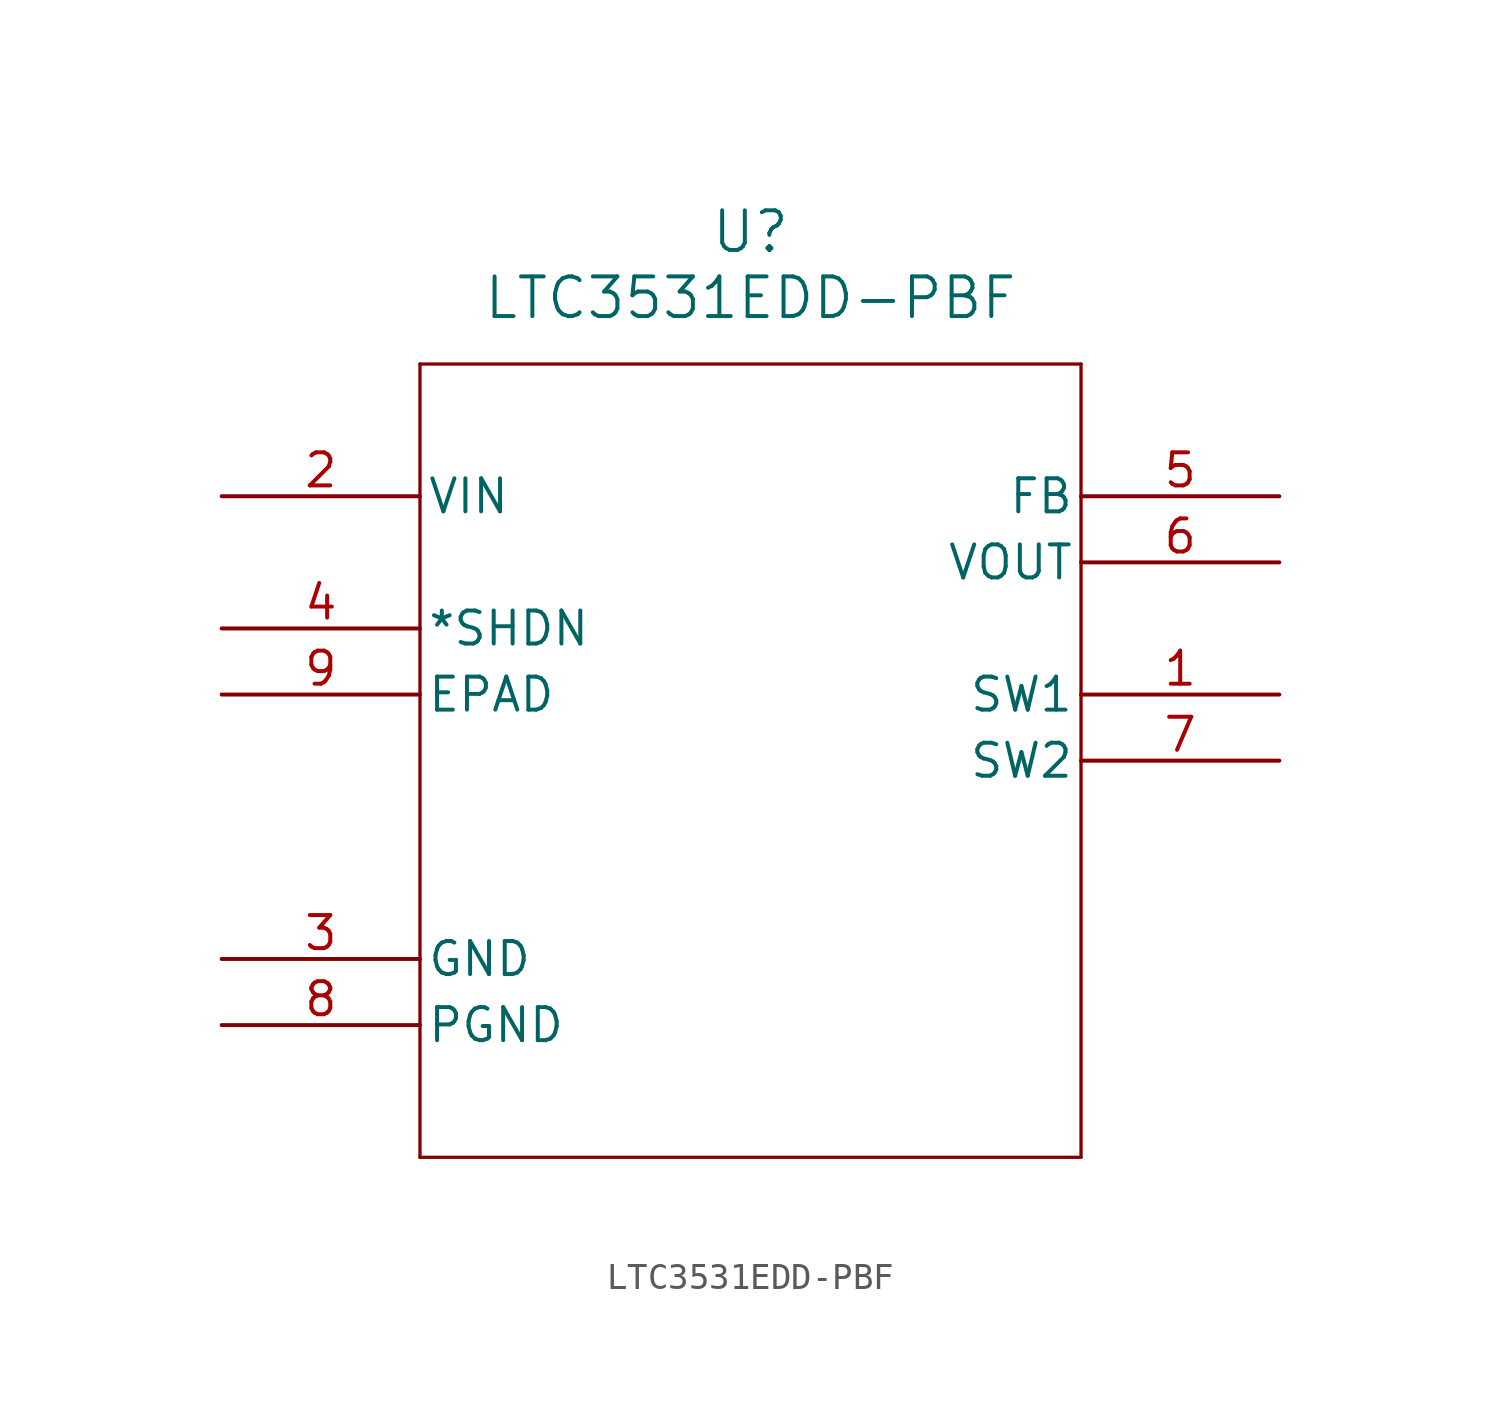
<source format=kicad_sym>
(kicad_symbol_lib
  (version 20211014)
  (generator kicad_symbol_editor)
  (symbol "LTC3531EDD-PBF"
    (pin_names
      (offset 0.254))
    (property "Reference" "U"
      (at 20.32 10.16 0)
      (effects (font (size 1.524 1.524))))
    (property "Value" "LTC3531EDD-PBF"
      (at 20.32 7.62 0)
      (effects (font (size 1.524 1.524))))
    (symbol "LTC3531EDD-PBF_0_1"
      (polyline (pts (xy 7.62 5.08) (xy 7.62 -25.4)) (stroke (width 0.127) (type default) (color 0 0 0 0)) (fill (type none)))
      (polyline (pts (xy 7.62 -25.4) (xy 33.02 -25.4)) (stroke (width 0.127) (type default) (color 0 0 0 0)) (fill (type none)))
      (polyline (pts (xy 33.02 -25.4) (xy 33.02 5.08)) (stroke (width 0.127) (type default) (color 0 0 0 0)) (fill (type none)))
      (polyline (pts (xy 33.02 5.08) (xy 7.62 5.08)) (stroke (width 0.127) (type default) (color 0 0 0 0)) (fill (type none)))
      (pin unspecified line (at 40.64 -7.62 180) (length 7.62) (name "SW1" (effects (font (size 1.27 1.27)))) (number "1" (effects (font (size 1.27 1.27)))))
      (pin input line (at 0 0 0) (length 7.62) (name "VIN" (effects (font (size 1.27 1.27)))) (number "2" (effects (font (size 1.27 1.27)))))
      (pin power_in line (at 0 -17.78 0) (length 7.62) (name "GND" (effects (font (size 1.27 1.27)))) (number "3" (effects (font (size 1.27 1.27)))))
      (pin unspecified line (at 0 -5.08 0) (length 7.62) (name "*SHDN" (effects (font (size 1.27 1.27)))) (number "4" (effects (font (size 1.27 1.27)))))
      (pin output line (at 40.64 0 180) (length 7.62) (name "FB" (effects (font (size 1.27 1.27)))) (number "5" (effects (font (size 1.27 1.27)))))
      (pin output line (at 40.64 -2.54 180) (length 7.62) (name "VOUT" (effects (font (size 1.27 1.27)))) (number "6" (effects (font (size 1.27 1.27)))))
      (pin unspecified line (at 40.64 -10.16 180) (length 7.62) (name "SW2" (effects (font (size 1.27 1.27)))) (number "7" (effects (font (size 1.27 1.27)))))
      (pin power_in line (at 0 -20.32 0) (length 7.62) (name "PGND" (effects (font (size 1.27 1.27)))) (number "8" (effects (font (size 1.27 1.27)))))
      (pin unspecified line (at 0 -7.62 0) (length 7.62) (name "EPAD" (effects (font (size 1.27 1.27)))) (number "9" (effects (font (size 1.27 1.27))))))))
</source>
